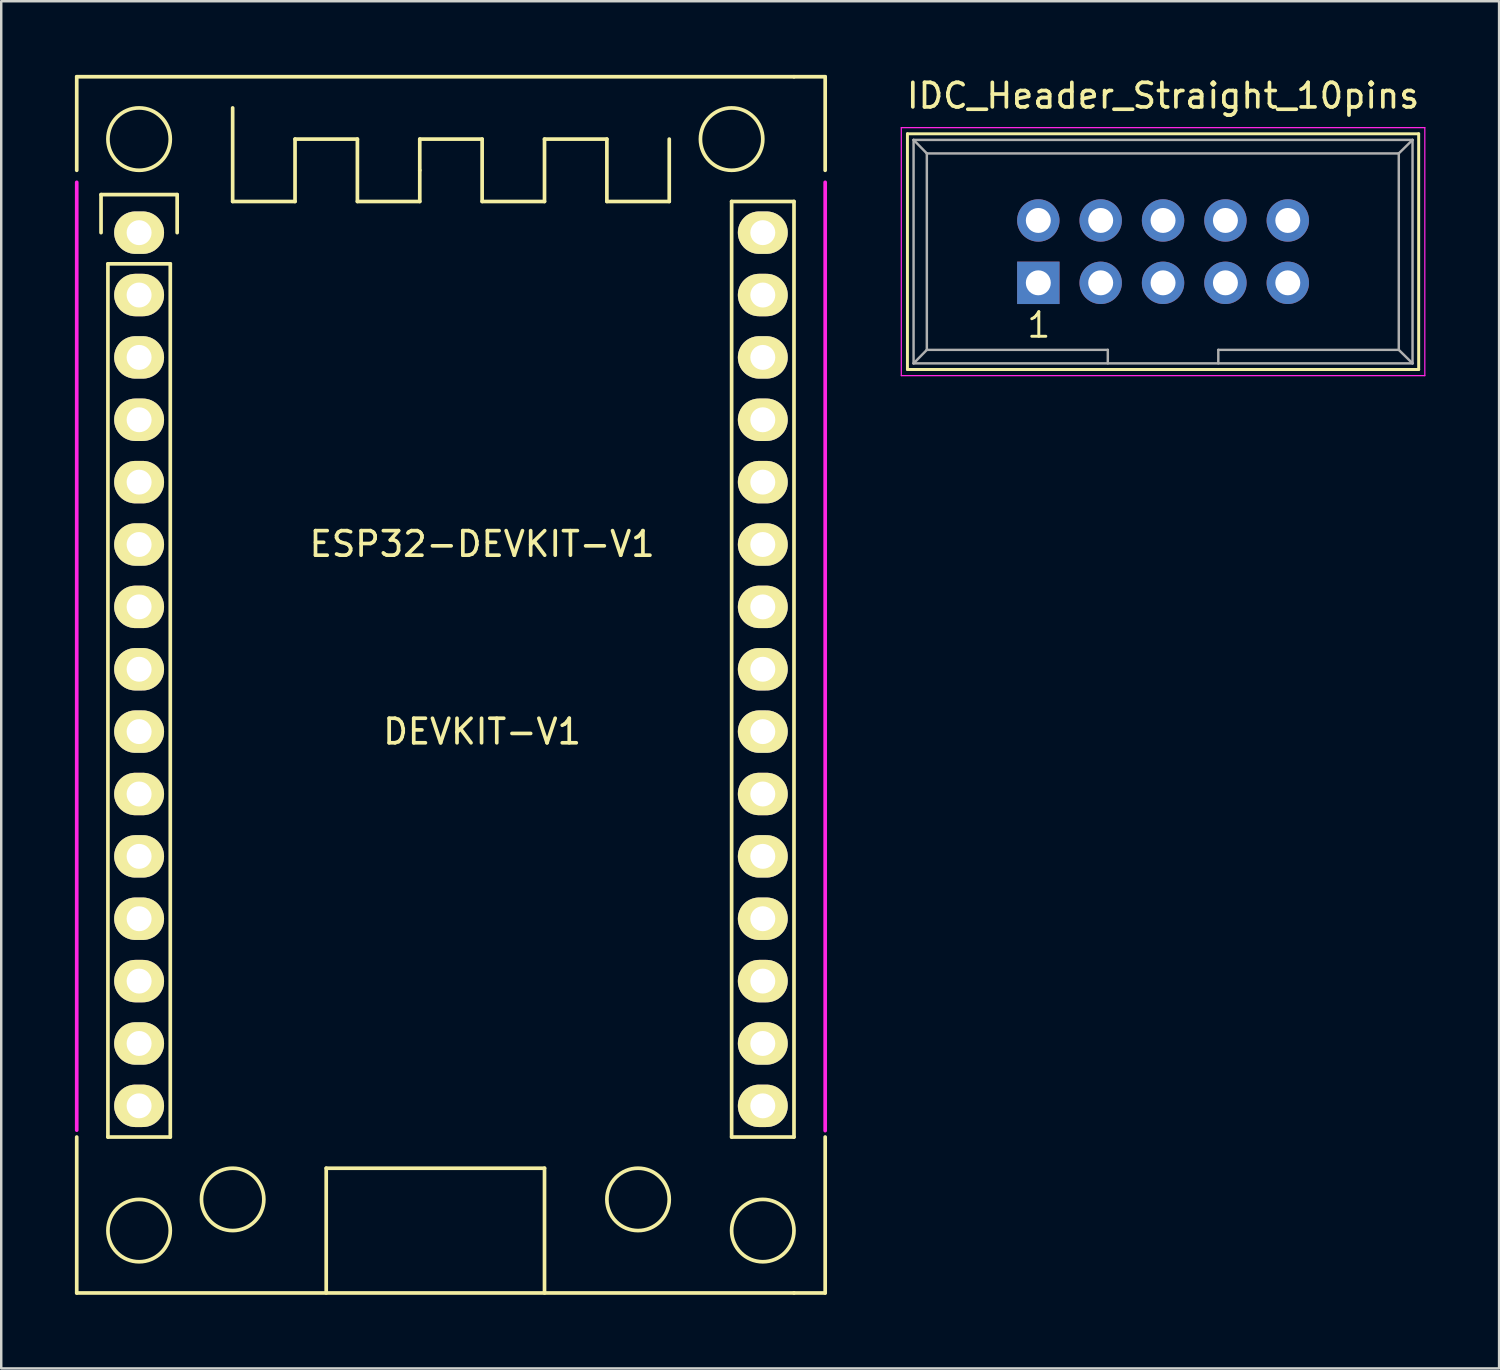
<source format=kicad_pcb>
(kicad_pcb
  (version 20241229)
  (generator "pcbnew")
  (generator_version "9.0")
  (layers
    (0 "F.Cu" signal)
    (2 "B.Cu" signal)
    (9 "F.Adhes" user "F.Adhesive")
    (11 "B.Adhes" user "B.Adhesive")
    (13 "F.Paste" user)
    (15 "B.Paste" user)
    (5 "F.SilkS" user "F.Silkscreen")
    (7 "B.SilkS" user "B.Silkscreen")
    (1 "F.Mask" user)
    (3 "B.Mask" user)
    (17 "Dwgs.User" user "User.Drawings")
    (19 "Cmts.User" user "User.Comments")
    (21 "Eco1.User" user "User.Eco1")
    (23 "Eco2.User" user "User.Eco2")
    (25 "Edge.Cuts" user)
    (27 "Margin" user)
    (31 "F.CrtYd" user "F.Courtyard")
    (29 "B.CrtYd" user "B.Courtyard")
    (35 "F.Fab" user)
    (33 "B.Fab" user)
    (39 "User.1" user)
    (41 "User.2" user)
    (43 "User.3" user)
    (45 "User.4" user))
  (footprint "IDC_Header_Straight_10pins"
    (layer "F.Cu")
    (at 39.235 8.468)
    (property "Reference" "IDC_Header_Straight_10pins" (at 5.08 -7.62 0) (layer "F.SilkS") (effects (font (size 1 1) (thickness 0.15))))
    (attr through_hole)
    (fp_line (start -5.33 -6.07) (end 15.49 -6.07) (stroke (width 0.12) (type solid)) (layer "F.SilkS"))
    (fp_line (start -5.33 3.53) (end -5.33 -6.07) (stroke (width 0.12) (type solid)) (layer "F.SilkS"))
    (fp_line (start 15.49 -6.07) (end 15.49 3.53) (stroke (width 0.12) (type solid)) (layer "F.SilkS"))
    (fp_line (start 15.49 3.53) (end -5.33 3.53) (stroke (width 0.12) (type solid)) (layer "F.SilkS"))
    (fp_line (start -5.58 -6.32) (end 15.74 -6.32) (stroke (width 0.05) (type solid)) (layer "F.CrtYd"))
    (fp_line (start -5.58 3.78) (end -5.58 -6.32) (stroke (width 0.05) (type solid)) (layer "F.CrtYd"))
    (fp_line (start 15.74 -6.32) (end 15.74 3.78) (stroke (width 0.05) (type solid)) (layer "F.CrtYd"))
    (fp_line (start 15.74 3.78) (end -5.58 3.78) (stroke (width 0.05) (type solid)) (layer "F.CrtYd"))
    (fp_line (start -5.08 -5.82) (end -5.08 3.28) (stroke (width 0.1) (type solid)) (layer "F.Fab"))
    (fp_line (start -5.08 -5.82) (end -4.54 -5.27) (stroke (width 0.1) (type solid)) (layer "F.Fab"))
    (fp_line (start -5.08 -5.82) (end 15.24 -5.82) (stroke (width 0.1) (type solid)) (layer "F.Fab"))
    (fp_line (start -5.08 3.28) (end -4.54 2.73) (stroke (width 0.1) (type solid)) (layer "F.Fab"))
    (fp_line (start -5.08 3.28) (end 15.24 3.28) (stroke (width 0.1) (type solid)) (layer "F.Fab"))
    (fp_line (start -4.54 -5.27) (end -4.54 2.73) (stroke (width 0.1) (type solid)) (layer "F.Fab"))
    (fp_line (start -4.54 -5.27) (end 14.68 -5.27) (stroke (width 0.1) (type solid)) (layer "F.Fab"))
    (fp_line (start -4.54 2.73) (end 2.83 2.73) (stroke (width 0.1) (type solid)) (layer "F.Fab"))
    (fp_line (start 2.83 2.73) (end 2.83 3.28) (stroke (width 0.1) (type solid)) (layer "F.Fab"))
    (fp_line (start 7.33 2.73) (end 7.33 3.28) (stroke (width 0.1) (type solid)) (layer "F.Fab"))
    (fp_line (start 7.33 2.73) (end 14.68 2.73) (stroke (width 0.1) (type solid)) (layer "F.Fab"))
    (fp_line (start 14.68 -5.27) (end 14.68 2.73) (stroke (width 0.1) (type solid)) (layer "F.Fab"))
    (fp_line (start 15.24 -5.82) (end 14.68 -5.27) (stroke (width 0.1) (type solid)) (layer "F.Fab"))
    (fp_line (start 15.24 -5.82) (end 15.24 3.28) (stroke (width 0.1) (type solid)) (layer "F.Fab"))
    (fp_line (start 15.24 3.28) (end 14.68 2.73) (stroke (width 0.1) (type solid)) (layer "F.Fab"))
    (fp_text user "1" (at 0.02 1.72 0) (layer "F.SilkS") (effects (font (size 1 1) (thickness 0.12))))
    (pad "1" thru_hole rect (at 0 0) (size 1.727 1.727) (drill 1.016) (layers "*.Cu" "*.Mask"))
    (pad "2" thru_hole oval (at 0 -2.54) (size 1.727 1.727) (drill 1.016) (layers "*.Cu" "*.Mask"))
    (pad "3" thru_hole oval (at 2.54 0) (size 1.727 1.727) (drill 1.016) (layers "*.Cu" "*.Mask"))
    (pad "4" thru_hole oval (at 2.54 -2.54) (size 1.727 1.727) (drill 1.016) (layers "*.Cu" "*.Mask"))
    (pad "5" thru_hole oval (at 5.08 0) (size 1.727 1.727) (drill 1.016) (layers "*.Cu" "*.Mask"))
    (pad "6" thru_hole oval (at 5.08 -2.54) (size 1.727 1.727) (drill 1.016) (layers "*.Cu" "*.Mask"))
    (pad "7" thru_hole oval (at 7.62 0) (size 1.727 1.727) (drill 1.016) (layers "*.Cu" "*.Mask"))
    (pad "8" thru_hole oval (at 7.62 -2.54) (size 1.727 1.727) (drill 1.016) (layers "*.Cu" "*.Mask"))
    (pad "9" thru_hole oval (at 10.16 0) (size 1.727 1.727) (drill 1.016) (layers "*.Cu" "*.Mask"))
    (pad "10" thru_hole oval (at 10.16 -2.54) (size 1.727 1.727) (drill 1.016) (layers "*.Cu" "*.Mask")))
  (footprint "ESP32-DEVKIT-V1"
    (layer "F.Cu")
    (at 2.615 6.425)
    (property "Reference" "ESP32-DEVKIT-V1" (at 13.97 12.68 0) (layer "F.SilkS") (effects (font (size 1 1) (thickness 0.15))))
    (attr through_hole)
    (fp_line (start -2.54 -6.35) (end 26.67 -6.35) (stroke (width 0.15) (type solid)) (layer "F.SilkS"))
    (fp_line (start -2.54 -2.54) (end -2.54 -6.35) (stroke (width 0.15) (type solid)) (layer "F.SilkS"))
    (fp_line (start -2.54 36.83) (end -2.54 43.18) (stroke (width 0.15) (type solid)) (layer "F.SilkS"))
    (fp_line (start -2.54 43.18) (end 26.67 43.18) (stroke (width 0.15) (type solid)) (layer "F.SilkS"))
    (fp_line (start -1.55 -1.55) (end 1.55 -1.55) (stroke (width 0.15) (type solid)) (layer "F.SilkS"))
    (fp_line (start -1.55 0) (end -1.55 -1.55) (stroke (width 0.15) (type solid)) (layer "F.SilkS"))
    (fp_line (start -1.27 1.27) (end -1.27 36.83) (stroke (width 0.15) (type solid)) (layer "F.SilkS"))
    (fp_line (start -1.27 36.83) (end 1.27 36.83) (stroke (width 0.15) (type solid)) (layer "F.SilkS"))
    (fp_line (start 1.27 1.27) (end -1.27 1.27) (stroke (width 0.15) (type solid)) (layer "F.SilkS"))
    (fp_line (start 1.27 36.83) (end 1.27 1.27) (stroke (width 0.15) (type solid)) (layer "F.SilkS"))
    (fp_line (start 1.55 -1.55) (end 1.55 0) (stroke (width 0.15) (type solid)) (layer "F.SilkS"))
    (fp_line (start 3.81 -5.08) (end 3.81 -1.27) (stroke (width 0.15) (type solid)) (layer "F.SilkS"))
    (fp_line (start 3.81 -1.27) (end 6.35 -1.27) (stroke (width 0.15) (type solid)) (layer "F.SilkS"))
    (fp_line (start 6.35 -3.81) (end 8.89 -3.81) (stroke (width 0.15) (type solid)) (layer "F.SilkS"))
    (fp_line (start 6.35 -1.27) (end 6.35 -3.81) (stroke (width 0.15) (type solid)) (layer "F.SilkS"))
    (fp_line (start 7.62 38.1) (end 16.51 38.1) (stroke (width 0.15) (type solid)) (layer "F.SilkS"))
    (fp_line (start 7.62 43.18) (end 7.62 38.1) (stroke (width 0.15) (type solid)) (layer "F.SilkS"))
    (fp_line (start 8.89 -3.81) (end 8.89 -1.27) (stroke (width 0.15) (type solid)) (layer "F.SilkS"))
    (fp_line (start 8.89 -1.27) (end 11.43 -1.27) (stroke (width 0.15) (type solid)) (layer "F.SilkS"))
    (fp_line (start 11.43 -3.81) (end 13.97 -3.81) (stroke (width 0.15) (type solid)) (layer "F.SilkS"))
    (fp_line (start 11.43 -2.54) (end 11.43 -3.81) (stroke (width 0.15) (type solid)) (layer "F.SilkS"))
    (fp_line (start 11.43 -1.27) (end 11.43 -2.54) (stroke (width 0.15) (type solid)) (layer "F.SilkS"))
    (fp_line (start 13.97 -3.81) (end 13.97 -1.27) (stroke (width 0.15) (type solid)) (layer "F.SilkS"))
    (fp_line (start 13.97 -1.27) (end 16.51 -1.27) (stroke (width 0.15) (type solid)) (layer "F.SilkS"))
    (fp_line (start 16.51 -3.81) (end 19.05 -3.81) (stroke (width 0.15) (type solid)) (layer "F.SilkS"))
    (fp_line (start 16.51 -1.27) (end 16.51 -3.81) (stroke (width 0.15) (type solid)) (layer "F.SilkS"))
    (fp_line (start 16.51 38.1) (end 16.51 43.18) (stroke (width 0.15) (type solid)) (layer "F.SilkS"))
    (fp_line (start 19.05 -3.81) (end 19.05 -1.27) (stroke (width 0.15) (type solid)) (layer "F.SilkS"))
    (fp_line (start 19.05 -1.27) (end 21.59 -1.27) (stroke (width 0.15) (type solid)) (layer "F.SilkS"))
    (fp_line (start 21.59 -1.27) (end 21.59 -3.81) (stroke (width 0.15) (type solid)) (layer "F.SilkS"))
    (fp_line (start 24.13 -1.27) (end 24.13 36.83) (stroke (width 0.15) (type solid)) (layer "F.SilkS"))
    (fp_line (start 24.13 36.83) (end 26.67 36.83) (stroke (width 0.15) (type solid)) (layer "F.SilkS"))
    (fp_line (start 26.67 -6.35) (end 27.94 -6.35) (stroke (width 0.15) (type solid)) (layer "F.SilkS"))
    (fp_line (start 26.67 -1.27) (end 24.13 -1.27) (stroke (width 0.15) (type solid)) (layer "F.SilkS"))
    (fp_line (start 26.67 36.83) (end 26.67 -1.27) (stroke (width 0.15) (type solid)) (layer "F.SilkS"))
    (fp_line (start 26.67 43.18) (end 27.94 43.18) (stroke (width 0.15) (type solid)) (layer "F.SilkS"))
    (fp_line (start 27.94 -6.35) (end 27.94 -2.54) (stroke (width 0.15) (type solid)) (layer "F.SilkS"))
    (fp_line (start 27.94 43.18) (end 27.94 36.83) (stroke (width 0.15) (type solid)) (layer "F.SilkS"))
    (fp_circle (center 0 -3.81) (end -1.27 -3.81) (stroke (width 0.15) (type solid)) (fill no) (layer "F.SilkS"))
    (fp_circle (center 0 40.64) (end 1.27 40.64) (stroke (width 0.15) (type solid)) (fill no) (layer "F.SilkS"))
    (fp_circle (center 3.81 39.37) (end 5.08 39.37) (stroke (width 0.15) (type solid)) (fill no) (layer "F.SilkS"))
    (fp_circle (center 20.32 39.37) (end 21.59 39.37) (stroke (width 0.15) (type solid)) (fill no) (layer "F.SilkS"))
    (fp_circle (center 24.13 -3.81) (end 25.4 -3.81) (stroke (width 0.15) (type solid)) (fill no) (layer "F.SilkS"))
    (fp_circle (center 25.4 40.64) (end 24.13 40.64) (stroke (width 0.15) (type solid)) (fill no) (layer "F.SilkS"))
    (fp_line (start -2.54 36.55) (end -2.54 -2.05) (stroke (width 0.15) (type solid)) (layer "F.CrtYd"))
    (fp_line (start 27.94 -2.05) (end 27.94 36.57) (stroke (width 0.15) (type solid)) (layer "F.CrtYd"))
    (fp_text user "DEVKIT-V1" (at 13.97 20.32 0) (layer "F.SilkS") (effects (font (size 1 1) (thickness 0.15))))
    (pad "1" thru_hole oval (at 0 0) (size 2.032 1.727) (drill 1.016) (layers "*.Cu" "*.Mask" "F.SilkS"))
    (pad "2" thru_hole oval (at 0 2.54) (size 2.032 1.727) (drill 1.016) (layers "*.Cu" "*.Mask" "F.SilkS"))
    (pad "3" thru_hole oval (at 0 5.08) (size 2.032 1.727) (drill 1.016) (layers "*.Cu" "*.Mask" "F.SilkS"))
    (pad "4" thru_hole oval (at 0 7.62) (size 2.032 1.727) (drill 1.016) (layers "*.Cu" "*.Mask" "F.SilkS"))
    (pad "5" thru_hole oval (at 0 10.16) (size 2.032 1.727) (drill 1.016) (layers "*.Cu" "*.Mask" "F.SilkS"))
    (pad "6" thru_hole oval (at 0 12.7) (size 2.032 1.727) (drill 1.016) (layers "*.Cu" "*.Mask" "F.SilkS"))
    (pad "7" thru_hole oval (at 0 15.24) (size 2.032 1.727) (drill 1.016) (layers "*.Cu" "*.Mask" "F.SilkS"))
    (pad "8" thru_hole oval (at 0 17.78) (size 2.032 1.727) (drill 1.016) (layers "*.Cu" "*.Mask" "F.SilkS"))
    (pad "9" thru_hole oval (at 0 20.32) (size 2.032 1.727) (drill 1.016) (layers "*.Cu" "*.Mask" "F.SilkS"))
    (pad "10" thru_hole oval (at 0 22.86) (size 2.032 1.727) (drill 1.016) (layers "*.Cu" "*.Mask" "F.SilkS"))
    (pad "11" thru_hole oval (at 0 25.4) (size 2.032 1.727) (drill 1.016) (layers "*.Cu" "*.Mask" "F.SilkS"))
    (pad "12" thru_hole oval (at 0 27.94) (size 2.032 1.727) (drill 1.016) (layers "*.Cu" "*.Mask" "F.SilkS"))
    (pad "13" thru_hole oval (at 0 30.48) (size 2.032 1.727) (drill 1.016) (layers "*.Cu" "*.Mask" "F.SilkS"))
    (pad "14" thru_hole oval (at 0 33.02) (size 2.032 1.727) (drill 1.016) (layers "*.Cu" "*.Mask" "F.SilkS"))
    (pad "15" thru_hole oval (at 0 35.56) (size 2.032 1.727) (drill 1.016) (layers "*.Cu" "*.Mask" "F.SilkS"))
    (pad "16" thru_hole oval (at 25.4 35.56) (size 2.032 1.727) (drill 1.016) (layers "*.Cu" "*.Mask" "F.SilkS"))
    (pad "17" thru_hole oval (at 25.4 33.02) (size 2.032 1.727) (drill 1.016) (layers "*.Cu" "*.Mask" "F.SilkS"))
    (pad "18" thru_hole oval (at 25.4 30.48) (size 2.032 1.727) (drill 1.016) (layers "*.Cu" "*.Mask" "F.SilkS"))
    (pad "19" thru_hole oval (at 25.4 27.94) (size 2.032 1.727) (drill 1.016) (layers "*.Cu" "*.Mask" "F.SilkS"))
    (pad "20" thru_hole oval (at 25.4 25.4) (size 2.032 1.727) (drill 1.016) (layers "*.Cu" "*.Mask" "F.SilkS"))
    (pad "21" thru_hole oval (at 25.4 22.86) (size 2.032 1.727) (drill 1.016) (layers "*.Cu" "*.Mask" "F.SilkS"))
    (pad "22" thru_hole oval (at 25.4 20.32) (size 2.032 1.727) (drill 1.016) (layers "*.Cu" "*.Mask" "F.SilkS"))
    (pad "23" thru_hole oval (at 25.4 17.78) (size 2.032 1.727) (drill 1.016) (layers "*.Cu" "*.Mask" "F.SilkS"))
    (pad "24" thru_hole oval (at 25.4 15.24) (size 2.032 1.727) (drill 1.016) (layers "*.Cu" "*.Mask" "F.SilkS"))
    (pad "25" thru_hole oval (at 25.4 12.7) (size 2.032 1.727) (drill 1.016) (layers "*.Cu" "*.Mask" "F.SilkS"))
    (pad "26" thru_hole oval (at 25.4 10.16) (size 2.032 1.727) (drill 1.016) (layers "*.Cu" "*.Mask" "F.SilkS"))
    (pad "27" thru_hole oval (at 25.4 7.62) (size 2.032 1.727) (drill 1.016) (layers "*.Cu" "*.Mask" "F.SilkS"))
    (pad "28" thru_hole oval (at 25.4 5.08) (size 2.032 1.727) (drill 1.016) (layers "*.Cu" "*.Mask" "F.SilkS"))
    (pad "29" thru_hole oval (at 25.4 2.54) (size 2.032 1.727) (drill 1.016) (layers "*.Cu" "*.Mask" "F.SilkS"))
    (pad "30" thru_hole oval (at 25.4 0) (size 2.032 1.727) (drill 1.016) (layers "*.Cu" "*.Mask" "F.SilkS")))
  (gr_rect
    (start -3 -3)
    (end 58 52.68)
    (stroke (width 0.1) (type default))
    (fill no)
    (layer "Edge.Cuts")))
</source>
